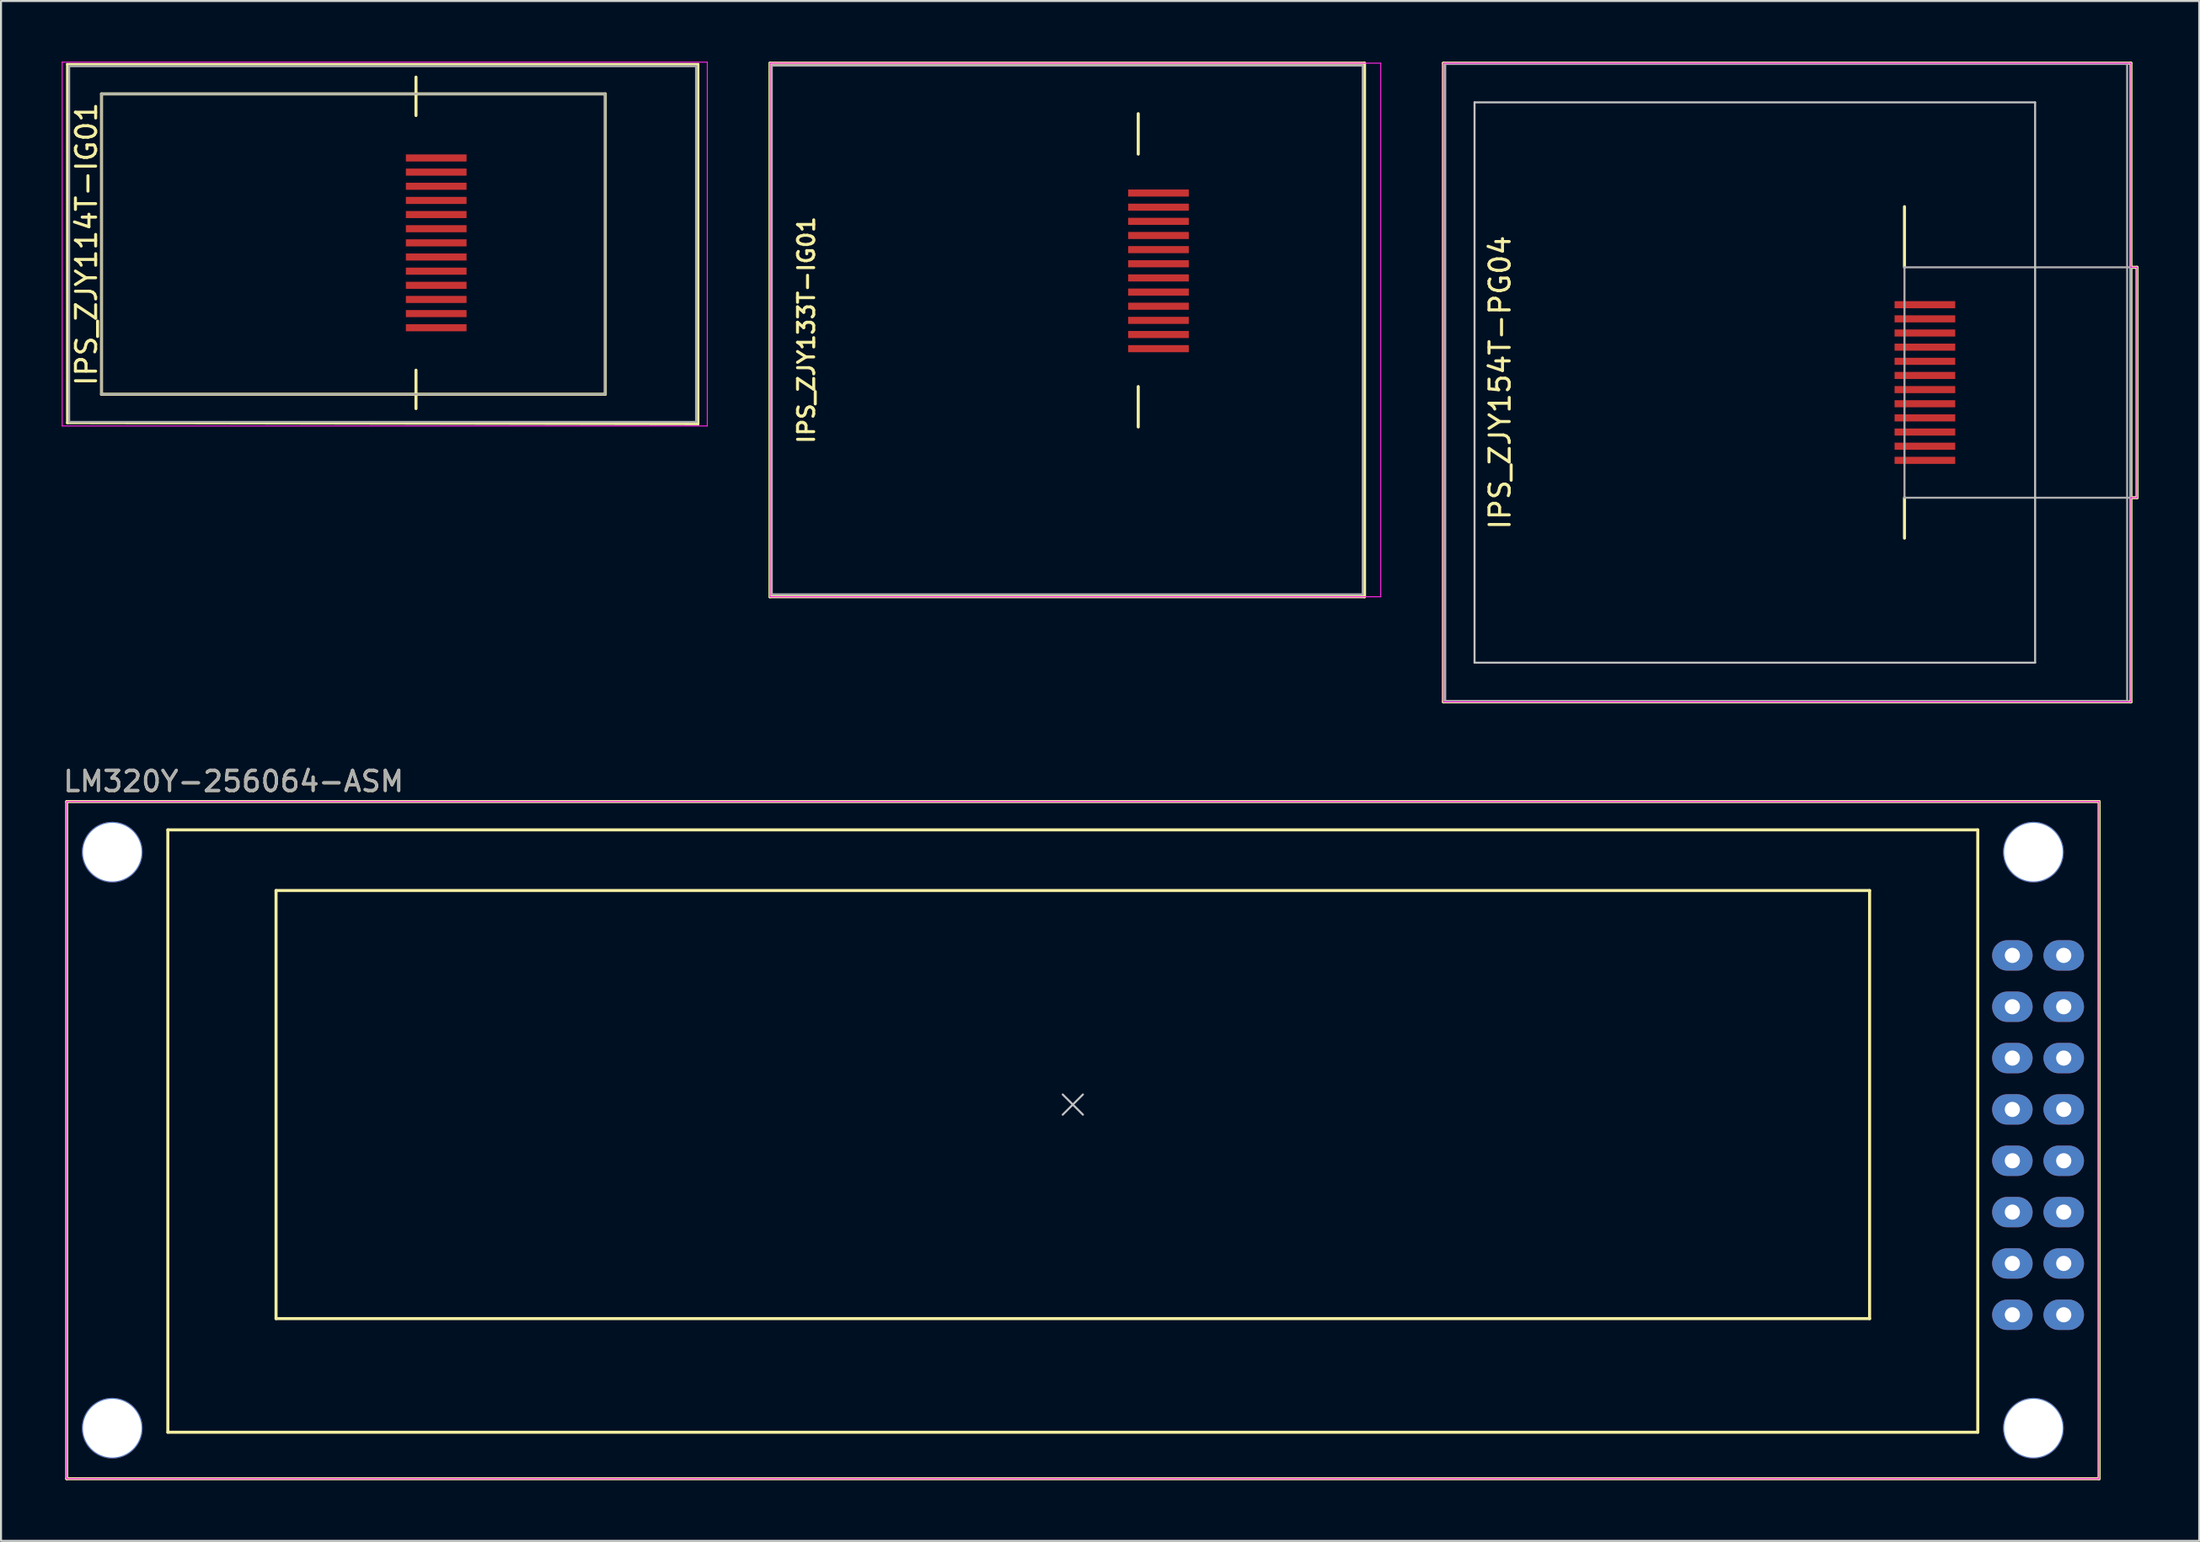
<source format=kicad_pcb>
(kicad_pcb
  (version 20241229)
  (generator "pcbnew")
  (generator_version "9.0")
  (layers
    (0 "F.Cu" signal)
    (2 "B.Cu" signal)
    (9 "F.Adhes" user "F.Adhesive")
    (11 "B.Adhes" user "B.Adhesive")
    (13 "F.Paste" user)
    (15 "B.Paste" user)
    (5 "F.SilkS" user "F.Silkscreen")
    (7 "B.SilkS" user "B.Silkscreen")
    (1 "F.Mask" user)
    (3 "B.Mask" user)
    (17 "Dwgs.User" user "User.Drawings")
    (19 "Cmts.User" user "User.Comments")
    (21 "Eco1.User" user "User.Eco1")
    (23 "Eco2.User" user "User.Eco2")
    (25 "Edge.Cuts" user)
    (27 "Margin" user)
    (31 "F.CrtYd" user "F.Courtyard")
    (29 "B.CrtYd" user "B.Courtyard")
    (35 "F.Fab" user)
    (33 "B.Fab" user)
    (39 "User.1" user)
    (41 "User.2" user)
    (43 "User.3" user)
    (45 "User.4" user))
  (footprint "IPS_ZJY133T-IG01"
    (layer "F.Cu")
    (at 49.725 13.275)
    (property "Reference" "IPS_ZJY133T-IG01" (at -12.9 0 90) (layer "F.SilkS") (effects (font (size 0.8 0.8) (thickness 0.15))))
    (attr exclude_from_pos_files exclude_from_bom)
    (fp_line (start -14.7 -13.2) (end 14.7 -13.2) (stroke (width 0.15) (type solid)) (layer "F.SilkS"))
    (fp_line (start -14.7 13.2) (end -14.7 -13.2) (stroke (width 0.15) (type solid)) (layer "F.SilkS"))
    (fp_line (start 3.51 -8.7) (end 3.51 -10.7) (stroke (width 0.15) (type solid)) (layer "F.SilkS"))
    (fp_line (start 3.51 2.8) (end 3.51 4.8) (stroke (width 0.15) (type solid)) (layer "F.SilkS"))
    (fp_line (start 14.7 -13.2) (end 14.7 13.2) (stroke (width 0.15) (type solid)) (layer "F.SilkS"))
    (fp_line (start 14.7 13.2) (end -14.7 13.2) (stroke (width 0.15) (type solid)) (layer "F.SilkS"))
    (fp_line (start -14.7 -13.2) (end 15.5 -13.2) (stroke (width 0.05) (type solid)) (layer "F.CrtYd"))
    (fp_line (start -14.7 13.2) (end -14.7 -13.2) (stroke (width 0.05) (type solid)) (layer "F.CrtYd"))
    (fp_line (start 15.5 -13.2) (end 15.5 13.2) (stroke (width 0.05) (type solid)) (layer "F.CrtYd"))
    (fp_line (start 15.5 13.2) (end -14.7 13.2) (stroke (width 0.05) (type solid)) (layer "F.CrtYd"))
    (fp_line (start -14.61 -13.08) (end 14.61 -13.08) (stroke (width 0.1) (type solid)) (layer "F.Fab"))
    (fp_line (start -14.61 13.08) (end -14.61 -13.08) (stroke (width 0.1) (type solid)) (layer "F.Fab"))
    (fp_line (start 14.61 -13.08) (end 14.61 13.08) (stroke (width 0.1) (type solid)) (layer "F.Fab"))
    (fp_line (start 14.61 13.08) (end -14.61 13.08) (stroke (width 0.1) (type solid)) (layer "F.Fab"))
    (pad "1" smd rect (at 3.51 -6.775) (size 3 0.35) (drill (offset 1 0)) (layers "F.Cu" "F.Mask" "F.Paste"))
    (pad "2" smd rect (at 3.51 -6.075) (size 3 0.35) (drill (offset 1 0)) (layers "F.Cu" "F.Mask" "F.Paste"))
    (pad "3" smd rect (at 3.51 -5.375) (size 3 0.35) (drill (offset 1 0)) (layers "F.Cu" "F.Mask" "F.Paste"))
    (pad "4" smd rect (at 3.51 -4.675) (size 3 0.35) (drill (offset 1 0)) (layers "F.Cu" "F.Mask" "F.Paste"))
    (pad "5" smd rect (at 3.51 -3.975) (size 3 0.35) (drill (offset 1 0)) (layers "F.Cu" "F.Mask" "F.Paste"))
    (pad "6" smd rect (at 3.51 -3.275) (size 3 0.35) (drill (offset 1 0)) (layers "F.Cu" "F.Mask" "F.Paste"))
    (pad "7" smd rect (at 3.51 -2.575) (size 3 0.35) (drill (offset 1 0)) (layers "F.Cu" "F.Mask" "F.Paste"))
    (pad "8" smd rect (at 3.51 -1.875) (size 3 0.35) (drill (offset 1 0)) (layers "F.Cu" "F.Mask" "F.Paste"))
    (pad "9" smd rect (at 3.51 -1.175) (size 3 0.35) (drill (offset 1 0)) (layers "F.Cu" "F.Mask" "F.Paste"))
    (pad "10" smd rect (at 3.51 -0.475) (size 3 0.35) (drill (offset 1 0)) (layers "F.Cu" "F.Mask" "F.Paste"))
    (pad "11" smd rect (at 3.51 0.225) (size 3 0.35) (drill (offset 1 0)) (layers "F.Cu" "F.Mask" "F.Paste"))
    (pad "12" smd rect (at 3.51 0.925) (size 3 0.35) (drill (offset 1 0)) (layers "F.Cu" "F.Mask" "F.Paste")))
  (footprint "IPS_ZJY154T-PG04"
    (layer "F.Cu")
    (at 83.725 15.875)
    (property "Reference" "IPS_ZJY154T-PG04" (at -12.6 0 90) (layer "F.SilkS") (effects (font (size 1 1) (thickness 0.15))))
    (attr through_hole)
    (fp_line (start -15.4 -15.8) (end 18.6 -15.8) (stroke (width 0.15) (type solid)) (layer "F.SilkS"))
    (fp_line (start -15.4 15.8) (end -15.4 -15.8) (stroke (width 0.15) (type solid)) (layer "F.SilkS"))
    (fp_line (start 7.4 -5.7) (end 7.4 -8.7) (stroke (width 0.15) (type solid)) (layer "F.SilkS"))
    (fp_line (start 7.4 5.7) (end 7.4 7.7) (stroke (width 0.15) (type solid)) (layer "F.SilkS"))
    (fp_line (start 18.6 -15.8) (end 18.6 15.8) (stroke (width 0.15) (type solid)) (layer "F.SilkS"))
    (fp_line (start 18.6 15.8) (end -15.4 15.8) (stroke (width 0.15) (type solid)) (layer "F.SilkS"))
    (fp_line (start 18.9 -5.7) (end 18.6 -5.7) (stroke (width 0.15) (type solid)) (layer "F.SilkS"))
    (fp_line (start 18.9 -5.7) (end 18.9 5.7) (stroke (width 0.15) (type solid)) (layer "F.SilkS"))
    (fp_line (start 18.9 5.7) (end 18.6 5.7) (stroke (width 0.15) (type solid)) (layer "F.SilkS"))
    (fp_line (start -13.86 -13.86) (end -13.86 13.86) (stroke (width 0.1) (type solid)) (layer "Dwgs.User"))
    (fp_line (start -13.86 13.86) (end 13.86 13.86) (stroke (width 0.1) (type solid)) (layer "Dwgs.User"))
    (fp_line (start 13.86 -13.86) (end -13.86 -13.86) (stroke (width 0.1) (type solid)) (layer "Dwgs.User"))
    (fp_line (start 13.86 13.86) (end 13.86 -13.86) (stroke (width 0.1) (type solid)) (layer "Dwgs.User"))
    (fp_line (start -15.4 -15.8) (end 18.6 -15.8) (stroke (width 0.05) (type solid)) (layer "F.CrtYd"))
    (fp_line (start -15.4 15.8) (end -15.4 -15.8) (stroke (width 0.05) (type solid)) (layer "F.CrtYd"))
    (fp_line (start 18.6 -15.8) (end 18.6 -5.7) (stroke (width 0.05) (type solid)) (layer "F.CrtYd"))
    (fp_line (start 18.6 -5.7) (end 18.9 -5.7) (stroke (width 0.05) (type solid)) (layer "F.CrtYd"))
    (fp_line (start 18.6 5.7) (end 18.6 15.8) (stroke (width 0.05) (type solid)) (layer "F.CrtYd"))
    (fp_line (start 18.6 15.8) (end -15.4 15.8) (stroke (width 0.05) (type solid)) (layer "F.CrtYd"))
    (fp_line (start 18.9 -5.7) (end 18.9 5.7) (stroke (width 0.05) (type solid)) (layer "F.CrtYd"))
    (fp_line (start 18.9 5.7) (end 18.6 5.7) (stroke (width 0.05) (type solid)) (layer "F.CrtYd"))
    (fp_line (start -15.31 -15.76) (end -15.31 15.76) (stroke (width 0.1) (type solid)) (layer "F.Fab"))
    (fp_line (start -15.31 -15.76) (end 18.41 -15.76) (stroke (width 0.1) (type solid)) (layer "F.Fab"))
    (fp_line (start -15.31 15.76) (end 18.41 15.76) (stroke (width 0.1) (type solid)) (layer "F.Fab"))
    (fp_line (start 7.4 -5.7) (end 7.4 5.7) (stroke (width 0.1) (type solid)) (layer "F.Fab"))
    (fp_line (start 7.4 5.7) (end 18.6 5.7) (stroke (width 0.1) (type solid)) (layer "F.Fab"))
    (fp_line (start 18.41 -15.76) (end 18.41 15.76) (stroke (width 0.1) (type solid)) (layer "F.Fab"))
    (fp_line (start 18.6 -5.7) (end 7.4 -5.7) (stroke (width 0.1) (type solid)) (layer "F.Fab"))
    (fp_line (start 18.6 5.7) (end 18.6 -5.7) (stroke (width 0.1) (type solid)) (layer "F.Fab"))
    (pad "1" smd rect (at 8.41 -3.85) (size 3 0.35) (layers "F.Cu" "F.Mask" "F.Paste"))
    (pad "2" smd rect (at 8.41 -3.15) (size 3 0.35) (layers "F.Cu" "F.Mask" "F.Paste"))
    (pad "3" smd rect (at 8.41 -2.45) (size 3 0.35) (layers "F.Cu" "F.Mask" "F.Paste"))
    (pad "4" smd rect (at 8.41 -1.75) (size 3 0.35) (layers "F.Cu" "F.Mask" "F.Paste"))
    (pad "5" smd rect (at 8.41 -1.05) (size 3 0.35) (layers "F.Cu" "F.Mask" "F.Paste"))
    (pad "6" smd rect (at 8.41 -0.35) (size 3 0.35) (layers "F.Cu" "F.Mask" "F.Paste"))
    (pad "7" smd rect (at 8.41 0.35) (size 3 0.35) (layers "F.Cu" "F.Mask" "F.Paste"))
    (pad "8" smd rect (at 8.41 1.05) (size 3 0.35) (layers "F.Cu" "F.Mask" "F.Paste"))
    (pad "9" smd rect (at 8.41 1.75) (size 3 0.35) (layers "F.Cu" "F.Mask" "F.Paste"))
    (pad "10" smd rect (at 8.41 2.45) (size 3 0.35) (layers "F.Cu" "F.Mask" "F.Paste"))
    (pad "11" smd rect (at 8.41 3.15) (size 3 0.35) (layers "F.Cu" "F.Mask" "F.Paste"))
    (pad "12" smd rect (at 8.41 3.85) (size 3 0.35) (layers "F.Cu" "F.Mask" "F.Paste")))
  (footprint "LM320Y-256064-ASM"
    (layer "F.Cu")
    (at 50 51.598)
    (property "Reference" "LM320Y-256064-ASM" (at -50 -15.99 0) (layer "F.SilkS") (effects (font (size 1 1) (thickness 0.15)) (justify left)))
    (attr exclude_from_pos_files exclude_from_bom)
    (fp_line (start -49.75 -14.99) (end -49.75 18.51) (stroke (width 0.15) (type solid)) (layer "F.SilkS"))
    (fp_line (start -49.75 18.51) (end 50.75 18.51) (stroke (width 0.15) (type solid)) (layer "F.SilkS"))
    (fp_line (start -44.75 -13.59) (end -44.75 16.21) (stroke (width 0.15) (type solid)) (layer "F.SilkS"))
    (fp_line (start -44.75 16.21) (end 44.75 16.21) (stroke (width 0.15) (type solid)) (layer "F.SilkS"))
    (fp_line (start -39.4 -10.59) (end -39.4 10.59) (stroke (width 0.15) (type solid)) (layer "F.SilkS"))
    (fp_line (start -39.4 10.59) (end 39.4 10.59) (stroke (width 0.15) (type solid)) (layer "F.SilkS"))
    (fp_line (start 39.4 -10.59) (end -39.4 -10.59) (stroke (width 0.15) (type solid)) (layer "F.SilkS"))
    (fp_line (start 39.4 -10.59) (end 39.4 10.59) (stroke (width 0.15) (type solid)) (layer "F.SilkS"))
    (fp_line (start 44.75 -13.59) (end -44.75 -13.59) (stroke (width 0.15) (type solid)) (layer "F.SilkS"))
    (fp_line (start 44.75 16.21) (end 44.75 -13.59) (stroke (width 0.15) (type solid)) (layer "F.SilkS"))
    (fp_line (start 50.75 -14.99) (end -49.75 -14.99) (stroke (width 0.15) (type solid)) (layer "F.SilkS"))
    (fp_line (start 50.75 -14.99) (end 50.75 18.51) (stroke (width 0.15) (type solid)) (layer "F.SilkS"))
    (fp_line (start 0 0) (end -0.5 -0.5) (stroke (width 0.1) (type solid)) (layer "Dwgs.User"))
    (fp_line (start 0 0) (end -0.5 0.5) (stroke (width 0.1) (type solid)) (layer "Dwgs.User"))
    (fp_line (start 0 0) (end 0.5 -0.5) (stroke (width 0.1) (type solid)) (layer "Dwgs.User"))
    (fp_line (start 0 0) (end 0.5 0.5) (stroke (width 0.1) (type solid)) (layer "Dwgs.User"))
    (fp_line (start 46.46 10.4) (end 46.46 10.6) (stroke (width 0.1) (type solid)) (layer "Dwgs.User"))
    (fp_line (start -49.75 -14.99) (end 50.75 -14.99) (stroke (width 0.05) (type solid)) (layer "F.CrtYd"))
    (fp_line (start -49.75 18.51) (end -49.75 -14.99) (stroke (width 0.05) (type solid)) (layer "F.CrtYd"))
    (fp_line (start 50.75 -14.99) (end 50.75 18.51) (stroke (width 0.05) (type solid)) (layer "F.CrtYd"))
    (fp_line (start 50.75 18.51) (end -49.75 18.51) (stroke (width 0.05) (type solid)) (layer "F.CrtYd"))
    (fp_text user "${REFERENCE}" (at -50 -16 0) (layer "F.Fab") (effects (font (size 1 1) (thickness 0.15)) (justify left)))
    (pad "" np_thru_hole circle (at -47.5 -12.49) (size 3 3) (drill 2.9) (layers "*.Cu" "*.Mask"))
    (pad "" np_thru_hole circle (at -47.5 16.01) (size 3 3) (drill 2.9) (layers "*.Cu" "*.Mask"))
    (pad "" np_thru_hole circle (at 47.5 -12.49) (size 3 3) (drill 2.9) (layers "*.Cu" "*.Mask"))
    (pad "" np_thru_hole circle (at 47.5 16.01) (size 3 3) (drill 2.9) (layers "*.Cu" "*.Mask"))
    (pad "1" thru_hole oval (at 46.46 10.4) (size 2 1.5) (drill 0.75) (layers "*.Cu" "*.Mask"))
    (pad "2" thru_hole oval (at 49 10.4) (size 2 1.5) (drill 0.75) (layers "*.Cu" "*.Mask"))
    (pad "3" thru_hole oval (at 46.46 7.86) (size 2 1.5) (drill 0.75) (layers "*.Cu" "*.Mask"))
    (pad "4" thru_hole oval (at 49 7.86) (size 2 1.5) (drill 0.75) (layers "*.Cu" "*.Mask"))
    (pad "5" thru_hole oval (at 46.46 5.32) (size 2 1.5) (drill 0.75) (layers "*.Cu" "*.Mask"))
    (pad "6" thru_hole oval (at 49 5.32) (size 2 1.5) (drill 0.75) (layers "*.Cu" "*.Mask"))
    (pad "7" thru_hole oval (at 46.46 2.78) (size 2 1.5) (drill 0.75) (layers "*.Cu" "*.Mask"))
    (pad "8" thru_hole oval (at 49 2.78) (size 2 1.5) (drill 0.75) (layers "*.Cu" "*.Mask"))
    (pad "9" thru_hole oval (at 46.46 0.24) (size 2 1.5) (drill 0.75) (layers "*.Cu" "*.Mask"))
    (pad "10" thru_hole oval (at 49 0.24) (size 2 1.5) (drill 0.75) (layers "*.Cu" "*.Mask"))
    (pad "11" thru_hole oval (at 46.46 -2.3) (size 2 1.5) (drill 0.75) (layers "*.Cu" "*.Mask"))
    (pad "12" thru_hole oval (at 49 -2.3) (size 2 1.5) (drill 0.75) (layers "*.Cu" "*.Mask"))
    (pad "13" thru_hole oval (at 46.46 -4.84) (size 2 1.5) (drill 0.75) (layers "*.Cu" "*.Mask"))
    (pad "14" thru_hole oval (at 49 -4.84) (size 2 1.5) (drill 0.75) (layers "*.Cu" "*.Mask"))
    (pad "15" thru_hole oval (at 46.46 -7.38) (size 2 1.5) (drill 0.75) (layers "*.Cu" "*.Mask"))
    (pad "16" thru_hole oval (at 49 -7.38) (size 2 1.5) (drill 0.75) (layers "*.Cu" "*.Mask")))
  (footprint "IPS_ZJY114T-IG01"
    (layer "F.Cu")
    (at 14.425 9.025)
    (property "Reference" "IPS_ZJY114T-IG01" (at -13.2 0 90) (layer "F.SilkS") (effects (font (size 1 1) (thickness 0.15))))
    (attr exclude_from_pos_files exclude_from_bom)
    (fp_line (start -14.15 -8.9) (end 17.05 -8.9) (stroke (width 0.12) (type solid)) (layer "F.SilkS"))
    (fp_line (start -14.15 8.85) (end -14.15 -8.9) (stroke (width 0.12) (type solid)) (layer "F.SilkS"))
    (fp_line (start -12.455 -7.43) (end -12.455 7.43) (stroke (width 0.15) (type solid)) (layer "F.SilkS"))
    (fp_line (start -12.455 -7.43) (end 12.455 -7.43) (stroke (width 0.15) (type solid)) (layer "F.SilkS"))
    (fp_line (start 3.095 -6.36) (end 3.095 -8.26) (stroke (width 0.15) (type solid)) (layer "F.SilkS"))
    (fp_line (start 3.095 6.24) (end 3.095 8.14) (stroke (width 0.15) (type solid)) (layer "F.SilkS"))
    (fp_line (start 12.455 -7.43) (end 12.455 7.43) (stroke (width 0.15) (type solid)) (layer "F.SilkS"))
    (fp_line (start 12.455 7.43) (end -12.455 7.43) (stroke (width 0.15) (type solid)) (layer "F.SilkS"))
    (fp_line (start 17.05 -8.9) (end 17.05 8.9) (stroke (width 0.12) (type solid)) (layer "F.SilkS"))
    (fp_line (start 17.05 8.9) (end -14.15 8.85) (stroke (width 0.12) (type solid)) (layer "F.SilkS"))
    (fp_line (start -14.4 -9) (end -14.4 9) (stroke (width 0.05) (type solid)) (layer "F.CrtYd"))
    (fp_line (start -14.4 9) (end 17.5 9) (stroke (width 0.05) (type solid)) (layer "F.CrtYd"))
    (fp_line (start 17.5 -9) (end -14.4 -9) (stroke (width 0.05) (type solid)) (layer "F.CrtYd"))
    (fp_line (start 17.5 9) (end 17.5 -9) (stroke (width 0.05) (type solid)) (layer "F.CrtYd"))
    (fp_line (start -14.055 -8.8) (end -14.055 8.8) (stroke (width 0.1) (type solid)) (layer "F.Fab"))
    (fp_line (start -14.055 -8.8) (end 16.945 -8.8) (stroke (width 0.1) (type solid)) (layer "F.Fab"))
    (fp_line (start -14.055 8.8) (end 16.945 8.8) (stroke (width 0.1) (type solid)) (layer "F.Fab"))
    (fp_line (start -12.455 -7.43) (end -12.455 7.43) (stroke (width 0.1) (type solid)) (layer "F.Fab"))
    (fp_line (start -12.455 -7.43) (end 12.455 -7.43) (stroke (width 0.1) (type solid)) (layer "F.Fab"))
    (fp_line (start 12.455 -7.43) (end 12.455 7.43) (stroke (width 0.1) (type solid)) (layer "F.Fab"))
    (fp_line (start 12.455 7.43) (end -12.455 7.43) (stroke (width 0.1) (type solid)) (layer "F.Fab"))
    (fp_line (start 16.945 8.8) (end 16.945 -8.8) (stroke (width 0.1) (type solid)) (layer "F.Fab"))
    (pad "1" smd rect (at 3.095 -4.26) (size 3 0.35) (drill (offset 1 0)) (layers "F.Cu" "F.Mask" "F.Paste"))
    (pad "2" smd rect (at 3.095 -3.56) (size 3 0.35) (drill (offset 1 0)) (layers "F.Cu" "F.Mask" "F.Paste"))
    (pad "3" smd rect (at 3.095 -2.86) (size 3 0.35) (drill (offset 1 0)) (layers "F.Cu" "F.Mask" "F.Paste"))
    (pad "4" smd rect (at 3.095 -2.16) (size 3 0.35) (drill (offset 1 0)) (layers "F.Cu" "F.Mask" "F.Paste"))
    (pad "5" smd rect (at 3.095 -1.46) (size 3 0.35) (drill (offset 1 0)) (layers "F.Cu" "F.Mask" "F.Paste"))
    (pad "6" smd rect (at 3.095 -0.76) (size 3 0.35) (drill (offset 1 0)) (layers "F.Cu" "F.Mask" "F.Paste"))
    (pad "7" smd rect (at 3.095 -0.06) (size 3 0.35) (drill (offset 1 0)) (layers "F.Cu" "F.Mask" "F.Paste"))
    (pad "8" smd rect (at 3.095 0.64) (size 3 0.35) (drill (offset 1 0)) (layers "F.Cu" "F.Mask" "F.Paste"))
    (pad "9" smd rect (at 3.095 1.34) (size 3 0.35) (drill (offset 1 0)) (layers "F.Cu" "F.Mask" "F.Paste"))
    (pad "10" smd rect (at 3.095 2.04) (size 3 0.35) (drill (offset 1 0)) (layers "F.Cu" "F.Mask" "F.Paste"))
    (pad "11" smd rect (at 3.095 2.74) (size 3 0.35) (drill (offset 1 0)) (layers "F.Cu" "F.Mask" "F.Paste"))
    (pad "12" smd rect (at 3.095 3.44) (size 3 0.35) (drill (offset 1 0)) (layers "F.Cu" "F.Mask" "F.Paste"))
    (pad "13" smd rect (at 3.095 4.14) (size 3 0.35) (drill (offset 1 0)) (layers "F.Cu" "F.Mask" "F.Paste")))
  (gr_rect
    (start -3 -3)
    (end 105.7 73.183)
    (stroke (width 0.1) (type default))
    (fill no)
    (layer "Edge.Cuts")))
</source>
